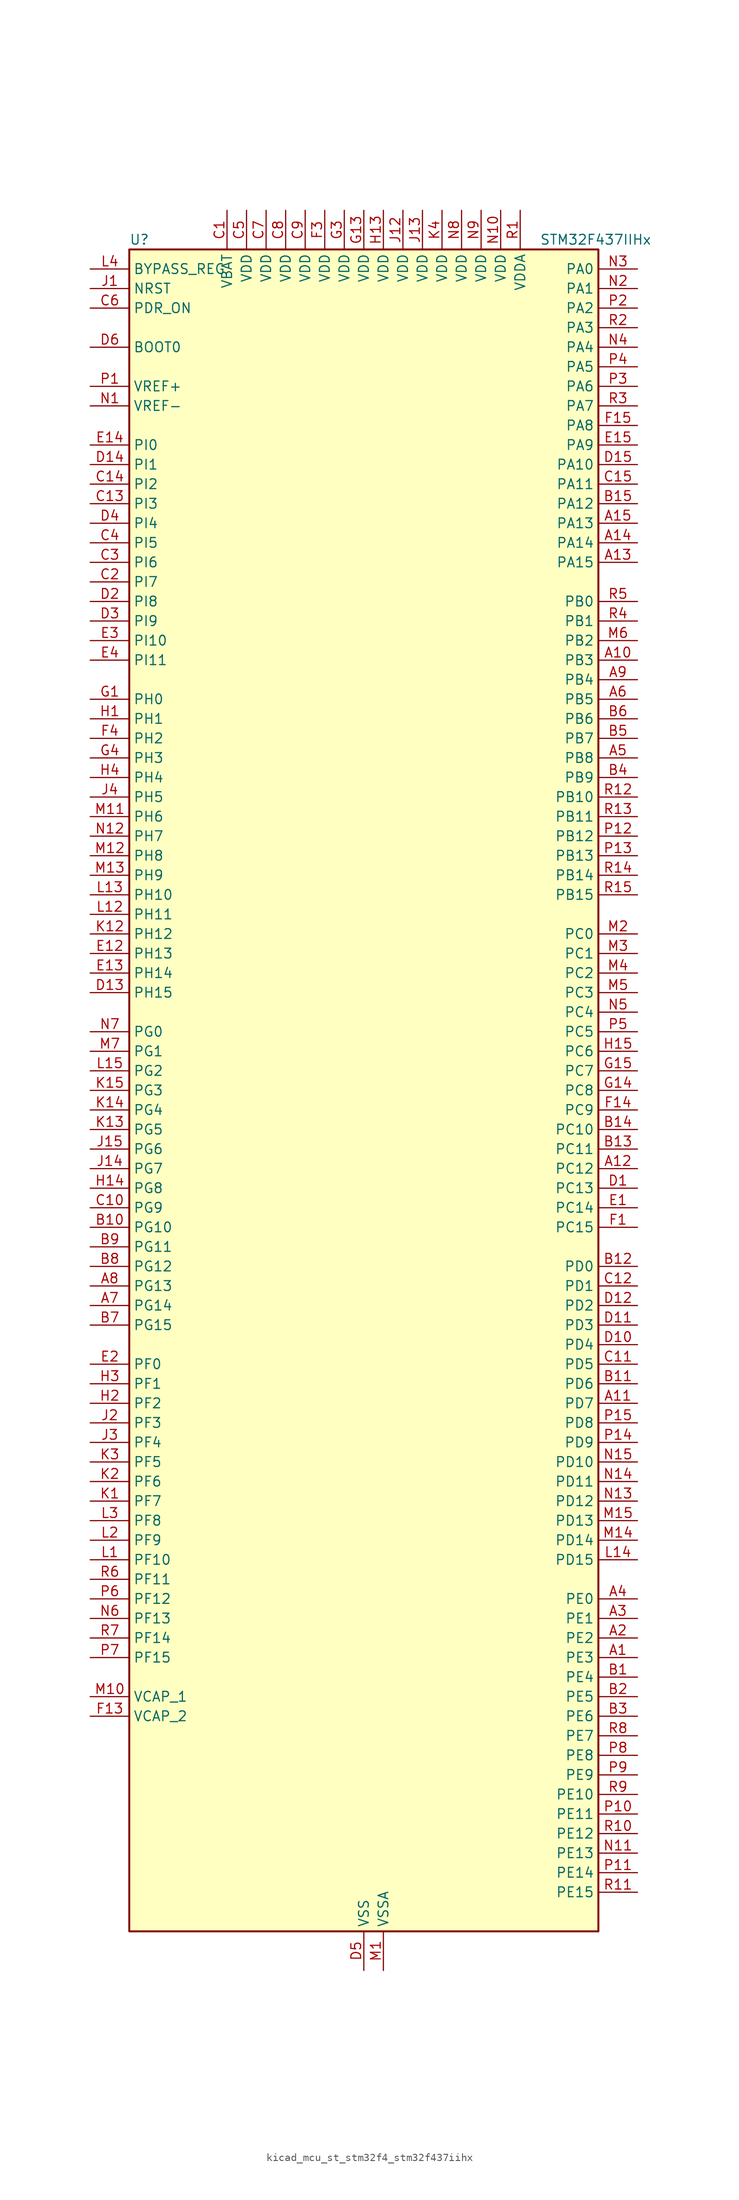
<source format=kicad_sym>
(kicad_symbol_lib
  (version 20220914)
  (generator kicad_symbol_editor)
  (symbol "kicad_mcu_st_stm32f4_stm32f437iihx"
    (property "Reference" "U"
      (at -30.48 110.49 0)
      (effects (font (size 1.27 1.27)) (justify left)))
    (property "Value" "STM32F437IIHx"
      (at 22.86 110.49 0)
      (effects (font (size 1.27 1.27)) (justify left)))
    (property "ki_locked" ""
      (at 0 0 0)
      (effects (font (size 1.27 1.27))))
    (symbol "kicad_mcu_st_stm32f4_stm32f437iihx_0_1"
      (rectangle (start -30.48 -109.22) (end 30.48 109.22) (stroke (width 0.254) (type default)) (fill (type background))))
    (symbol "kicad_mcu_st_stm32f4_stm32f437iihx_1_1"
      (pin bidirectional line (at 35.56 -73.66 180) (length 5.08) (name "PE3" (effects (font (size 1.27 1.27)))) (number "A1" (effects (font (size 1.27 1.27)))) (alternate "FMC_A19" bidirectional line) (alternate "SAI1_SD_B" bidirectional line) (alternate "SYS_TRACED0" bidirectional line))
      (pin bidirectional line (at 35.56 55.88 180) (length 5.08) (name "PB3" (effects (font (size 1.27 1.27)))) (number "A10" (effects (font (size 1.27 1.27)))) (alternate "I2S3_CK" bidirectional line) (alternate "SPI1_SCK" bidirectional line) (alternate "SPI3_SCK" bidirectional line) (alternate "SYS_JTDO-SWO" bidirectional line) (alternate "TIM2_CH2" bidirectional line))
      (pin bidirectional line (at 35.56 -40.64 180) (length 5.08) (name "PD7" (effects (font (size 1.27 1.27)))) (number "A11" (effects (font (size 1.27 1.27)))) (alternate "FMC_NCE2" bidirectional line) (alternate "FMC_NE1" bidirectional line) (alternate "USART2_CK" bidirectional line))
      (pin bidirectional line (at 35.56 -10.16 180) (length 5.08) (name "PC12" (effects (font (size 1.27 1.27)))) (number "A12" (effects (font (size 1.27 1.27)))) (alternate "DCMI_D9" bidirectional line) (alternate "I2S3_SD" bidirectional line) (alternate "SDIO_CK" bidirectional line) (alternate "SPI3_MOSI" bidirectional line) (alternate "UART5_TX" bidirectional line) (alternate "USART3_CK" bidirectional line))
      (pin bidirectional line (at 35.56 68.58 180) (length 5.08) (name "PA15" (effects (font (size 1.27 1.27)))) (number "A13" (effects (font (size 1.27 1.27)))) (alternate "ADC1_EXTI15" bidirectional line) (alternate "ADC2_EXTI15" bidirectional line) (alternate "ADC3_EXTI15" bidirectional line) (alternate "I2S3_WS" bidirectional line) (alternate "SPI1_NSS" bidirectional line) (alternate "SPI3_NSS" bidirectional line) (alternate "SYS_JTDI" bidirectional line) (alternate "TIM2_CH1" bidirectional line) (alternate "TIM2_ETR" bidirectional line))
      (pin bidirectional line (at 35.56 71.12 180) (length 5.08) (name "PA14" (effects (font (size 1.27 1.27)))) (number "A14" (effects (font (size 1.27 1.27)))) (alternate "SYS_JTCK-SWCLK" bidirectional line))
      (pin bidirectional line (at 35.56 73.66 180) (length 5.08) (name "PA13" (effects (font (size 1.27 1.27)))) (number "A15" (effects (font (size 1.27 1.27)))) (alternate "SYS_JTMS-SWDIO" bidirectional line))
      (pin bidirectional line (at 35.56 -71.12 180) (length 5.08) (name "PE2" (effects (font (size 1.27 1.27)))) (number "A2" (effects (font (size 1.27 1.27)))) (alternate "ETH_TXD3" bidirectional line) (alternate "FMC_A23" bidirectional line) (alternate "SAI1_MCLK_A" bidirectional line) (alternate "SPI4_SCK" bidirectional line) (alternate "SYS_TRACECLK" bidirectional line))
      (pin bidirectional line (at 35.56 -68.58 180) (length 5.08) (name "PE1" (effects (font (size 1.27 1.27)))) (number "A3" (effects (font (size 1.27 1.27)))) (alternate "DCMI_D3" bidirectional line) (alternate "FMC_NBL1" bidirectional line) (alternate "UART8_TX" bidirectional line))
      (pin bidirectional line (at 35.56 -66.04 180) (length 5.08) (name "PE0" (effects (font (size 1.27 1.27)))) (number "A4" (effects (font (size 1.27 1.27)))) (alternate "DCMI_D2" bidirectional line) (alternate "FMC_NBL0" bidirectional line) (alternate "TIM4_ETR" bidirectional line) (alternate "UART8_RX" bidirectional line))
      (pin bidirectional line (at 35.56 43.18 180) (length 5.08) (name "PB8" (effects (font (size 1.27 1.27)))) (number "A5" (effects (font (size 1.27 1.27)))) (alternate "CAN1_RX" bidirectional line) (alternate "DCMI_D6" bidirectional line) (alternate "ETH_TXD3" bidirectional line) (alternate "I2C1_SCL" bidirectional line) (alternate "SDIO_D4" bidirectional line) (alternate "TIM10_CH1" bidirectional line) (alternate "TIM4_CH3" bidirectional line))
      (pin bidirectional line (at 35.56 50.8 180) (length 5.08) (name "PB5" (effects (font (size 1.27 1.27)))) (number "A6" (effects (font (size 1.27 1.27)))) (alternate "CAN2_RX" bidirectional line) (alternate "DCMI_D10" bidirectional line) (alternate "ETH_PPS_OUT" bidirectional line) (alternate "FMC_SDCKE1" bidirectional line) (alternate "I2C1_SMBA" bidirectional line) (alternate "I2S3_SD" bidirectional line) (alternate "SPI1_MOSI" bidirectional line) (alternate "SPI3_MOSI" bidirectional line) (alternate "TIM3_CH2" bidirectional line) (alternate "USB_OTG_HS_ULPI_D7" bidirectional line))
      (pin bidirectional line (at -35.56 -27.94 0) (length 5.08) (name "PG14" (effects (font (size 1.27 1.27)))) (number "A7" (effects (font (size 1.27 1.27)))) (alternate "ETH_TXD1" bidirectional line) (alternate "FMC_A25" bidirectional line) (alternate "SPI6_MOSI" bidirectional line) (alternate "USART6_TX" bidirectional line))
      (pin bidirectional line (at -35.56 -25.4 0) (length 5.08) (name "PG13" (effects (font (size 1.27 1.27)))) (number "A8" (effects (font (size 1.27 1.27)))) (alternate "ETH_TXD0" bidirectional line) (alternate "FMC_A24" bidirectional line) (alternate "SPI6_SCK" bidirectional line) (alternate "USART6_CTS" bidirectional line))
      (pin bidirectional line (at 35.56 53.34 180) (length 5.08) (name "PB4" (effects (font (size 1.27 1.27)))) (number "A9" (effects (font (size 1.27 1.27)))) (alternate "I2S3_ext_SD" bidirectional line) (alternate "SPI1_MISO" bidirectional line) (alternate "SPI3_MISO" bidirectional line) (alternate "SYS_JTRST" bidirectional line) (alternate "TIM3_CH1" bidirectional line))
      (pin bidirectional line (at 35.56 -76.2 180) (length 5.08) (name "PE4" (effects (font (size 1.27 1.27)))) (number "B1" (effects (font (size 1.27 1.27)))) (alternate "DCMI_D4" bidirectional line) (alternate "FMC_A20" bidirectional line) (alternate "SAI1_FS_A" bidirectional line) (alternate "SPI4_NSS" bidirectional line) (alternate "SYS_TRACED1" bidirectional line))
      (pin bidirectional line (at -35.56 -17.78 0) (length 5.08) (name "PG10" (effects (font (size 1.27 1.27)))) (number "B10" (effects (font (size 1.27 1.27)))) (alternate "DCMI_D2" bidirectional line) (alternate "FMC_NCE4_1" bidirectional line) (alternate "FMC_NE3" bidirectional line))
      (pin bidirectional line (at 35.56 -38.1 180) (length 5.08) (name "PD6" (effects (font (size 1.27 1.27)))) (number "B11" (effects (font (size 1.27 1.27)))) (alternate "DCMI_D10" bidirectional line) (alternate "FMC_NWAIT" bidirectional line) (alternate "I2S3_SD" bidirectional line) (alternate "SAI1_SD_A" bidirectional line) (alternate "SPI3_MOSI" bidirectional line) (alternate "USART2_RX" bidirectional line))
      (pin bidirectional line (at 35.56 -22.86 180) (length 5.08) (name "PD0" (effects (font (size 1.27 1.27)))) (number "B12" (effects (font (size 1.27 1.27)))) (alternate "CAN1_RX" bidirectional line) (alternate "FMC_D2" bidirectional line) (alternate "FMC_DA2" bidirectional line))
      (pin bidirectional line (at 35.56 -7.62 180) (length 5.08) (name "PC11" (effects (font (size 1.27 1.27)))) (number "B13" (effects (font (size 1.27 1.27)))) (alternate "ADC1_EXTI11" bidirectional line) (alternate "ADC2_EXTI11" bidirectional line) (alternate "ADC3_EXTI11" bidirectional line) (alternate "DCMI_D4" bidirectional line) (alternate "I2S3_ext_SD" bidirectional line) (alternate "SDIO_D3" bidirectional line) (alternate "SPI3_MISO" bidirectional line) (alternate "UART4_RX" bidirectional line) (alternate "USART3_RX" bidirectional line))
      (pin bidirectional line (at 35.56 -5.08 180) (length 5.08) (name "PC10" (effects (font (size 1.27 1.27)))) (number "B14" (effects (font (size 1.27 1.27)))) (alternate "DCMI_D8" bidirectional line) (alternate "I2S3_CK" bidirectional line) (alternate "SDIO_D2" bidirectional line) (alternate "SPI3_SCK" bidirectional line) (alternate "UART4_TX" bidirectional line) (alternate "USART3_TX" bidirectional line))
      (pin bidirectional line (at 35.56 76.2 180) (length 5.08) (name "PA12" (effects (font (size 1.27 1.27)))) (number "B15" (effects (font (size 1.27 1.27)))) (alternate "CAN1_TX" bidirectional line) (alternate "TIM1_ETR" bidirectional line) (alternate "USART1_RTS" bidirectional line) (alternate "USB_OTG_FS_DP" bidirectional line))
      (pin bidirectional line (at 35.56 -78.74 180) (length 5.08) (name "PE5" (effects (font (size 1.27 1.27)))) (number "B2" (effects (font (size 1.27 1.27)))) (alternate "DCMI_D6" bidirectional line) (alternate "FMC_A21" bidirectional line) (alternate "SAI1_SCK_A" bidirectional line) (alternate "SPI4_MISO" bidirectional line) (alternate "SYS_TRACED2" bidirectional line) (alternate "TIM9_CH1" bidirectional line))
      (pin bidirectional line (at 35.56 -81.28 180) (length 5.08) (name "PE6" (effects (font (size 1.27 1.27)))) (number "B3" (effects (font (size 1.27 1.27)))) (alternate "DCMI_D7" bidirectional line) (alternate "FMC_A22" bidirectional line) (alternate "SAI1_SD_A" bidirectional line) (alternate "SPI4_MOSI" bidirectional line) (alternate "SYS_TRACED3" bidirectional line) (alternate "TIM9_CH2" bidirectional line))
      (pin bidirectional line (at 35.56 40.64 180) (length 5.08) (name "PB9" (effects (font (size 1.27 1.27)))) (number "B4" (effects (font (size 1.27 1.27)))) (alternate "CAN1_TX" bidirectional line) (alternate "DAC_EXTI9" bidirectional line) (alternate "DCMI_D7" bidirectional line) (alternate "I2C1_SDA" bidirectional line) (alternate "I2S2_WS" bidirectional line) (alternate "SDIO_D5" bidirectional line) (alternate "SPI2_NSS" bidirectional line) (alternate "TIM11_CH1" bidirectional line) (alternate "TIM4_CH4" bidirectional line))
      (pin bidirectional line (at 35.56 45.72 180) (length 5.08) (name "PB7" (effects (font (size 1.27 1.27)))) (number "B5" (effects (font (size 1.27 1.27)))) (alternate "DCMI_VSYNC" bidirectional line) (alternate "FMC_NL" bidirectional line) (alternate "I2C1_SDA" bidirectional line) (alternate "TIM4_CH2" bidirectional line) (alternate "USART1_RX" bidirectional line))
      (pin bidirectional line (at 35.56 48.26 180) (length 5.08) (name "PB6" (effects (font (size 1.27 1.27)))) (number "B6" (effects (font (size 1.27 1.27)))) (alternate "CAN2_TX" bidirectional line) (alternate "DCMI_D5" bidirectional line) (alternate "FMC_SDNE1" bidirectional line) (alternate "I2C1_SCL" bidirectional line) (alternate "TIM4_CH1" bidirectional line) (alternate "USART1_TX" bidirectional line))
      (pin bidirectional line (at -35.56 -30.48 0) (length 5.08) (name "PG15" (effects (font (size 1.27 1.27)))) (number "B7" (effects (font (size 1.27 1.27)))) (alternate "ADC1_EXTI15" bidirectional line) (alternate "ADC2_EXTI15" bidirectional line) (alternate "ADC3_EXTI15" bidirectional line) (alternate "DCMI_D13" bidirectional line) (alternate "FMC_SDNCAS" bidirectional line) (alternate "USART6_CTS" bidirectional line))
      (pin bidirectional line (at -35.56 -22.86 0) (length 5.08) (name "PG12" (effects (font (size 1.27 1.27)))) (number "B8" (effects (font (size 1.27 1.27)))) (alternate "FMC_NE4" bidirectional line) (alternate "SPI6_MISO" bidirectional line) (alternate "USART6_RTS" bidirectional line))
      (pin bidirectional line (at -35.56 -20.32 0) (length 5.08) (name "PG11" (effects (font (size 1.27 1.27)))) (number "B9" (effects (font (size 1.27 1.27)))) (alternate "ADC1_EXTI11" bidirectional line) (alternate "ADC2_EXTI11" bidirectional line) (alternate "ADC3_EXTI11" bidirectional line) (alternate "DCMI_D3" bidirectional line) (alternate "ETH_TX_EN" bidirectional line) (alternate "FMC_NCE4_2" bidirectional line))
      (pin power_in line (at -17.78 114.3 270) (length 5.08) (name "VBAT" (effects (font (size 1.27 1.27)))) (number "C1" (effects (font (size 1.27 1.27)))))
      (pin bidirectional line (at -35.56 -15.24 0) (length 5.08) (name "PG9" (effects (font (size 1.27 1.27)))) (number "C10" (effects (font (size 1.27 1.27)))) (alternate "DAC_EXTI9" bidirectional line) (alternate "DCMI_VSYNC" bidirectional line) (alternate "FMC_NCE3" bidirectional line) (alternate "FMC_NE2" bidirectional line) (alternate "USART6_RX" bidirectional line))
      (pin bidirectional line (at 35.56 -35.56 180) (length 5.08) (name "PD5" (effects (font (size 1.27 1.27)))) (number "C11" (effects (font (size 1.27 1.27)))) (alternate "FMC_NWE" bidirectional line) (alternate "USART2_TX" bidirectional line))
      (pin bidirectional line (at 35.56 -25.4 180) (length 5.08) (name "PD1" (effects (font (size 1.27 1.27)))) (number "C12" (effects (font (size 1.27 1.27)))) (alternate "CAN1_TX" bidirectional line) (alternate "FMC_D3" bidirectional line) (alternate "FMC_DA3" bidirectional line))
      (pin bidirectional line (at -35.56 76.2 0) (length 5.08) (name "PI3" (effects (font (size 1.27 1.27)))) (number "C13" (effects (font (size 1.27 1.27)))) (alternate "DCMI_D10" bidirectional line) (alternate "FMC_D27" bidirectional line) (alternate "I2S2_SD" bidirectional line) (alternate "SPI2_MOSI" bidirectional line) (alternate "TIM8_ETR" bidirectional line))
      (pin bidirectional line (at -35.56 78.74 0) (length 5.08) (name "PI2" (effects (font (size 1.27 1.27)))) (number "C14" (effects (font (size 1.27 1.27)))) (alternate "DCMI_D9" bidirectional line) (alternate "FMC_D26" bidirectional line) (alternate "I2S2_ext_SD" bidirectional line) (alternate "SPI2_MISO" bidirectional line) (alternate "TIM8_CH4" bidirectional line))
      (pin bidirectional line (at 35.56 78.74 180) (length 5.08) (name "PA11" (effects (font (size 1.27 1.27)))) (number "C15" (effects (font (size 1.27 1.27)))) (alternate "ADC1_EXTI11" bidirectional line) (alternate "ADC2_EXTI11" bidirectional line) (alternate "ADC3_EXTI11" bidirectional line) (alternate "CAN1_RX" bidirectional line) (alternate "TIM1_CH4" bidirectional line) (alternate "USART1_CTS" bidirectional line) (alternate "USB_OTG_FS_DM" bidirectional line))
      (pin bidirectional line (at -35.56 66.04 0) (length 5.08) (name "PI7" (effects (font (size 1.27 1.27)))) (number "C2" (effects (font (size 1.27 1.27)))) (alternate "DCMI_D7" bidirectional line) (alternate "FMC_D29" bidirectional line) (alternate "TIM8_CH3" bidirectional line))
      (pin bidirectional line (at -35.56 68.58 0) (length 5.08) (name "PI6" (effects (font (size 1.27 1.27)))) (number "C3" (effects (font (size 1.27 1.27)))) (alternate "DCMI_D6" bidirectional line) (alternate "FMC_D28" bidirectional line) (alternate "TIM8_CH2" bidirectional line))
      (pin bidirectional line (at -35.56 71.12 0) (length 5.08) (name "PI5" (effects (font (size 1.27 1.27)))) (number "C4" (effects (font (size 1.27 1.27)))) (alternate "DCMI_VSYNC" bidirectional line) (alternate "FMC_NBL3" bidirectional line) (alternate "TIM8_CH1" bidirectional line))
      (pin power_in line (at -15.24 114.3 270) (length 5.08) (name "VDD" (effects (font (size 1.27 1.27)))) (number "C5" (effects (font (size 1.27 1.27)))))
      (pin input line (at -35.56 101.6 0) (length 5.08) (name "PDR_ON" (effects (font (size 1.27 1.27)))) (number "C6" (effects (font (size 1.27 1.27)))))
      (pin power_in line (at -12.7 114.3 270) (length 5.08) (name "VDD" (effects (font (size 1.27 1.27)))) (number "C7" (effects (font (size 1.27 1.27)))))
      (pin power_in line (at -10.16 114.3 270) (length 5.08) (name "VDD" (effects (font (size 1.27 1.27)))) (number "C8" (effects (font (size 1.27 1.27)))))
      (pin power_in line (at -7.62 114.3 270) (length 5.08) (name "VDD" (effects (font (size 1.27 1.27)))) (number "C9" (effects (font (size 1.27 1.27)))))
      (pin bidirectional line (at 35.56 -12.7 180) (length 5.08) (name "PC13" (effects (font (size 1.27 1.27)))) (number "D1" (effects (font (size 1.27 1.27)))) (alternate "RTC_AF1" bidirectional line))
      (pin bidirectional line (at 35.56 -33.02 180) (length 5.08) (name "PD4" (effects (font (size 1.27 1.27)))) (number "D10" (effects (font (size 1.27 1.27)))) (alternate "FMC_NOE" bidirectional line) (alternate "USART2_RTS" bidirectional line))
      (pin bidirectional line (at 35.56 -30.48 180) (length 5.08) (name "PD3" (effects (font (size 1.27 1.27)))) (number "D11" (effects (font (size 1.27 1.27)))) (alternate "DCMI_D5" bidirectional line) (alternate "FMC_CLK" bidirectional line) (alternate "I2S2_CK" bidirectional line) (alternate "SPI2_SCK" bidirectional line) (alternate "USART2_CTS" bidirectional line))
      (pin bidirectional line (at 35.56 -27.94 180) (length 5.08) (name "PD2" (effects (font (size 1.27 1.27)))) (number "D12" (effects (font (size 1.27 1.27)))) (alternate "DCMI_D11" bidirectional line) (alternate "SDIO_CMD" bidirectional line) (alternate "TIM3_ETR" bidirectional line) (alternate "UART5_RX" bidirectional line))
      (pin bidirectional line (at -35.56 12.7 0) (length 5.08) (name "PH15" (effects (font (size 1.27 1.27)))) (number "D13" (effects (font (size 1.27 1.27)))) (alternate "ADC1_EXTI15" bidirectional line) (alternate "ADC2_EXTI15" bidirectional line) (alternate "ADC3_EXTI15" bidirectional line) (alternate "DCMI_D11" bidirectional line) (alternate "FMC_D23" bidirectional line) (alternate "TIM8_CH3N" bidirectional line))
      (pin bidirectional line (at -35.56 81.28 0) (length 5.08) (name "PI1" (effects (font (size 1.27 1.27)))) (number "D14" (effects (font (size 1.27 1.27)))) (alternate "DCMI_D8" bidirectional line) (alternate "FMC_D25" bidirectional line) (alternate "I2S2_CK" bidirectional line) (alternate "SPI2_SCK" bidirectional line))
      (pin bidirectional line (at 35.56 81.28 180) (length 5.08) (name "PA10" (effects (font (size 1.27 1.27)))) (number "D15" (effects (font (size 1.27 1.27)))) (alternate "DCMI_D1" bidirectional line) (alternate "TIM1_CH3" bidirectional line) (alternate "USART1_RX" bidirectional line) (alternate "USB_OTG_FS_ID" bidirectional line))
      (pin bidirectional line (at -35.56 63.5 0) (length 5.08) (name "PI8" (effects (font (size 1.27 1.27)))) (number "D2" (effects (font (size 1.27 1.27)))) (alternate "RTC_AF2" bidirectional line))
      (pin bidirectional line (at -35.56 60.96 0) (length 5.08) (name "PI9" (effects (font (size 1.27 1.27)))) (number "D3" (effects (font (size 1.27 1.27)))) (alternate "CAN1_RX" bidirectional line) (alternate "DAC_EXTI9" bidirectional line) (alternate "FMC_D30" bidirectional line))
      (pin bidirectional line (at -35.56 73.66 0) (length 5.08) (name "PI4" (effects (font (size 1.27 1.27)))) (number "D4" (effects (font (size 1.27 1.27)))) (alternate "DCMI_D5" bidirectional line) (alternate "FMC_NBL2" bidirectional line) (alternate "TIM8_BKIN" bidirectional line))
      (pin power_in line (at 0 -114.3 90) (length 5.08) (name "VSS" (effects (font (size 1.27 1.27)))) (number "D5" (effects (font (size 1.27 1.27)))))
      (pin input line (at -35.56 96.52 0) (length 5.08) (name "BOOT0" (effects (font (size 1.27 1.27)))) (number "D6" (effects (font (size 1.27 1.27)))))
      (pin passive line (at 0 -114.3 90) (length 5.08) hide (name "VSS" (effects (font (size 1.27 1.27)))) (number "D7" (effects (font (size 1.27 1.27)))))
      (pin passive line (at 0 -114.3 90) (length 5.08) hide (name "VSS" (effects (font (size 1.27 1.27)))) (number "D8" (effects (font (size 1.27 1.27)))))
      (pin passive line (at 0 -114.3 90) (length 5.08) hide (name "VSS" (effects (font (size 1.27 1.27)))) (number "D9" (effects (font (size 1.27 1.27)))))
      (pin bidirectional line (at 35.56 -15.24 180) (length 5.08) (name "PC14" (effects (font (size 1.27 1.27)))) (number "E1" (effects (font (size 1.27 1.27)))) (alternate "RCC_OSC32_IN" bidirectional line))
      (pin bidirectional line (at -35.56 17.78 0) (length 5.08) (name "PH13" (effects (font (size 1.27 1.27)))) (number "E12" (effects (font (size 1.27 1.27)))) (alternate "CAN1_TX" bidirectional line) (alternate "FMC_D21" bidirectional line) (alternate "TIM8_CH1N" bidirectional line))
      (pin bidirectional line (at -35.56 15.24 0) (length 5.08) (name "PH14" (effects (font (size 1.27 1.27)))) (number "E13" (effects (font (size 1.27 1.27)))) (alternate "DCMI_D4" bidirectional line) (alternate "FMC_D22" bidirectional line) (alternate "TIM8_CH2N" bidirectional line))
      (pin bidirectional line (at -35.56 83.82 0) (length 5.08) (name "PI0" (effects (font (size 1.27 1.27)))) (number "E14" (effects (font (size 1.27 1.27)))) (alternate "DCMI_D13" bidirectional line) (alternate "FMC_D24" bidirectional line) (alternate "I2S2_WS" bidirectional line) (alternate "SPI2_NSS" bidirectional line) (alternate "TIM5_CH4" bidirectional line))
      (pin bidirectional line (at 35.56 83.82 180) (length 5.08) (name "PA9" (effects (font (size 1.27 1.27)))) (number "E15" (effects (font (size 1.27 1.27)))) (alternate "DAC_EXTI9" bidirectional line) (alternate "DCMI_D0" bidirectional line) (alternate "I2C3_SMBA" bidirectional line) (alternate "TIM1_CH2" bidirectional line) (alternate "USART1_TX" bidirectional line) (alternate "USB_OTG_FS_VBUS" bidirectional line))
      (pin bidirectional line (at -35.56 -35.56 0) (length 5.08) (name "PF0" (effects (font (size 1.27 1.27)))) (number "E2" (effects (font (size 1.27 1.27)))) (alternate "FMC_A0" bidirectional line) (alternate "I2C2_SDA" bidirectional line))
      (pin bidirectional line (at -35.56 58.42 0) (length 5.08) (name "PI10" (effects (font (size 1.27 1.27)))) (number "E3" (effects (font (size 1.27 1.27)))) (alternate "ETH_RX_ER" bidirectional line) (alternate "FMC_D31" bidirectional line))
      (pin bidirectional line (at -35.56 55.88 0) (length 5.08) (name "PI11" (effects (font (size 1.27 1.27)))) (number "E4" (effects (font (size 1.27 1.27)))) (alternate "ADC1_EXTI11" bidirectional line) (alternate "ADC2_EXTI11" bidirectional line) (alternate "ADC3_EXTI11" bidirectional line) (alternate "USB_OTG_HS_ULPI_DIR" bidirectional line))
      (pin bidirectional line (at 35.56 -17.78 180) (length 5.08) (name "PC15" (effects (font (size 1.27 1.27)))) (number "F1" (effects (font (size 1.27 1.27)))) (alternate "ADC1_EXTI15" bidirectional line) (alternate "ADC2_EXTI15" bidirectional line) (alternate "ADC3_EXTI15" bidirectional line) (alternate "RCC_OSC32_OUT" bidirectional line))
      (pin passive line (at 0 -114.3 90) (length 5.08) hide (name "VSS" (effects (font (size 1.27 1.27)))) (number "F10" (effects (font (size 1.27 1.27)))))
      (pin passive line (at 0 -114.3 90) (length 5.08) hide (name "VSS" (effects (font (size 1.27 1.27)))) (number "F12" (effects (font (size 1.27 1.27)))))
      (pin power_out line (at -35.56 -81.28 0) (length 5.08) (name "VCAP_2" (effects (font (size 1.27 1.27)))) (number "F13" (effects (font (size 1.27 1.27)))))
      (pin bidirectional line (at 35.56 -2.54 180) (length 5.08) (name "PC9" (effects (font (size 1.27 1.27)))) (number "F14" (effects (font (size 1.27 1.27)))) (alternate "DAC_EXTI9" bidirectional line) (alternate "DCMI_D3" bidirectional line) (alternate "I2C3_SDA" bidirectional line) (alternate "I2S_CKIN" bidirectional line) (alternate "RCC_MCO_2" bidirectional line) (alternate "SDIO_D1" bidirectional line) (alternate "TIM3_CH4" bidirectional line) (alternate "TIM8_CH4" bidirectional line))
      (pin bidirectional line (at 35.56 86.36 180) (length 5.08) (name "PA8" (effects (font (size 1.27 1.27)))) (number "F15" (effects (font (size 1.27 1.27)))) (alternate "I2C3_SCL" bidirectional line) (alternate "RCC_MCO_1" bidirectional line) (alternate "TIM1_CH1" bidirectional line) (alternate "USART1_CK" bidirectional line) (alternate "USB_OTG_FS_SOF" bidirectional line))
      (pin passive line (at 0 -114.3 90) (length 5.08) hide (name "VSS" (effects (font (size 1.27 1.27)))) (number "F2" (effects (font (size 1.27 1.27)))))
      (pin power_in line (at -5.08 114.3 270) (length 5.08) (name "VDD" (effects (font (size 1.27 1.27)))) (number "F3" (effects (font (size 1.27 1.27)))))
      (pin bidirectional line (at -35.56 45.72 0) (length 5.08) (name "PH2" (effects (font (size 1.27 1.27)))) (number "F4" (effects (font (size 1.27 1.27)))) (alternate "ETH_CRS" bidirectional line) (alternate "FMC_SDCKE0" bidirectional line))
      (pin passive line (at 0 -114.3 90) (length 5.08) hide (name "VSS" (effects (font (size 1.27 1.27)))) (number "F6" (effects (font (size 1.27 1.27)))))
      (pin passive line (at 0 -114.3 90) (length 5.08) hide (name "VSS" (effects (font (size 1.27 1.27)))) (number "F7" (effects (font (size 1.27 1.27)))))
      (pin passive line (at 0 -114.3 90) (length 5.08) hide (name "VSS" (effects (font (size 1.27 1.27)))) (number "F8" (effects (font (size 1.27 1.27)))))
      (pin passive line (at 0 -114.3 90) (length 5.08) hide (name "VSS" (effects (font (size 1.27 1.27)))) (number "F9" (effects (font (size 1.27 1.27)))))
      (pin bidirectional line (at -35.56 50.8 0) (length 5.08) (name "PH0" (effects (font (size 1.27 1.27)))) (number "G1" (effects (font (size 1.27 1.27)))) (alternate "RCC_OSC_IN" bidirectional line))
      (pin passive line (at 0 -114.3 90) (length 5.08) hide (name "VSS" (effects (font (size 1.27 1.27)))) (number "G10" (effects (font (size 1.27 1.27)))))
      (pin passive line (at 0 -114.3 90) (length 5.08) hide (name "VSS" (effects (font (size 1.27 1.27)))) (number "G12" (effects (font (size 1.27 1.27)))))
      (pin power_in line (at 0 114.3 270) (length 5.08) (name "VDD" (effects (font (size 1.27 1.27)))) (number "G13" (effects (font (size 1.27 1.27)))))
      (pin bidirectional line (at 35.56 0 180) (length 5.08) (name "PC8" (effects (font (size 1.27 1.27)))) (number "G14" (effects (font (size 1.27 1.27)))) (alternate "DCMI_D2" bidirectional line) (alternate "SDIO_D0" bidirectional line) (alternate "TIM3_CH3" bidirectional line) (alternate "TIM8_CH3" bidirectional line) (alternate "USART6_CK" bidirectional line))
      (pin bidirectional line (at 35.56 2.54 180) (length 5.08) (name "PC7" (effects (font (size 1.27 1.27)))) (number "G15" (effects (font (size 1.27 1.27)))) (alternate "DCMI_D1" bidirectional line) (alternate "I2S3_MCK" bidirectional line) (alternate "SDIO_D7" bidirectional line) (alternate "TIM3_CH2" bidirectional line) (alternate "TIM8_CH2" bidirectional line) (alternate "USART6_RX" bidirectional line))
      (pin passive line (at 0 -114.3 90) (length 5.08) hide (name "VSS" (effects (font (size 1.27 1.27)))) (number "G2" (effects (font (size 1.27 1.27)))))
      (pin power_in line (at -2.54 114.3 270) (length 5.08) (name "VDD" (effects (font (size 1.27 1.27)))) (number "G3" (effects (font (size 1.27 1.27)))))
      (pin bidirectional line (at -35.56 43.18 0) (length 5.08) (name "PH3" (effects (font (size 1.27 1.27)))) (number "G4" (effects (font (size 1.27 1.27)))) (alternate "ETH_COL" bidirectional line) (alternate "FMC_SDNE0" bidirectional line))
      (pin passive line (at 0 -114.3 90) (length 5.08) hide (name "VSS" (effects (font (size 1.27 1.27)))) (number "G6" (effects (font (size 1.27 1.27)))))
      (pin passive line (at 0 -114.3 90) (length 5.08) hide (name "VSS" (effects (font (size 1.27 1.27)))) (number "G7" (effects (font (size 1.27 1.27)))))
      (pin passive line (at 0 -114.3 90) (length 5.08) hide (name "VSS" (effects (font (size 1.27 1.27)))) (number "G8" (effects (font (size 1.27 1.27)))))
      (pin passive line (at 0 -114.3 90) (length 5.08) hide (name "VSS" (effects (font (size 1.27 1.27)))) (number "G9" (effects (font (size 1.27 1.27)))))
      (pin bidirectional line (at -35.56 48.26 0) (length 5.08) (name "PH1" (effects (font (size 1.27 1.27)))) (number "H1" (effects (font (size 1.27 1.27)))) (alternate "RCC_OSC_OUT" bidirectional line))
      (pin passive line (at 0 -114.3 90) (length 5.08) hide (name "VSS" (effects (font (size 1.27 1.27)))) (number "H10" (effects (font (size 1.27 1.27)))))
      (pin passive line (at 0 -114.3 90) (length 5.08) hide (name "VSS" (effects (font (size 1.27 1.27)))) (number "H12" (effects (font (size 1.27 1.27)))))
      (pin power_in line (at 2.54 114.3 270) (length 5.08) (name "VDD" (effects (font (size 1.27 1.27)))) (number "H13" (effects (font (size 1.27 1.27)))))
      (pin bidirectional line (at -35.56 -12.7 0) (length 5.08) (name "PG8" (effects (font (size 1.27 1.27)))) (number "H14" (effects (font (size 1.27 1.27)))) (alternate "ETH_PPS_OUT" bidirectional line) (alternate "FMC_SDCLK" bidirectional line) (alternate "SPI6_NSS" bidirectional line) (alternate "USART6_RTS" bidirectional line))
      (pin bidirectional line (at 35.56 5.08 180) (length 5.08) (name "PC6" (effects (font (size 1.27 1.27)))) (number "H15" (effects (font (size 1.27 1.27)))) (alternate "DCMI_D0" bidirectional line) (alternate "I2S2_MCK" bidirectional line) (alternate "SDIO_D6" bidirectional line) (alternate "TIM3_CH1" bidirectional line) (alternate "TIM8_CH1" bidirectional line) (alternate "USART6_TX" bidirectional line))
      (pin bidirectional line (at -35.56 -40.64 0) (length 5.08) (name "PF2" (effects (font (size 1.27 1.27)))) (number "H2" (effects (font (size 1.27 1.27)))) (alternate "FMC_A2" bidirectional line) (alternate "I2C2_SMBA" bidirectional line))
      (pin bidirectional line (at -35.56 -38.1 0) (length 5.08) (name "PF1" (effects (font (size 1.27 1.27)))) (number "H3" (effects (font (size 1.27 1.27)))) (alternate "FMC_A1" bidirectional line) (alternate "I2C2_SCL" bidirectional line))
      (pin bidirectional line (at -35.56 40.64 0) (length 5.08) (name "PH4" (effects (font (size 1.27 1.27)))) (number "H4" (effects (font (size 1.27 1.27)))) (alternate "I2C2_SCL" bidirectional line) (alternate "USB_OTG_HS_ULPI_NXT" bidirectional line))
      (pin passive line (at 0 -114.3 90) (length 5.08) hide (name "VSS" (effects (font (size 1.27 1.27)))) (number "H6" (effects (font (size 1.27 1.27)))))
      (pin passive line (at 0 -114.3 90) (length 5.08) hide (name "VSS" (effects (font (size 1.27 1.27)))) (number "H7" (effects (font (size 1.27 1.27)))))
      (pin passive line (at 0 -114.3 90) (length 5.08) hide (name "VSS" (effects (font (size 1.27 1.27)))) (number "H8" (effects (font (size 1.27 1.27)))))
      (pin passive line (at 0 -114.3 90) (length 5.08) hide (name "VSS" (effects (font (size 1.27 1.27)))) (number "H9" (effects (font (size 1.27 1.27)))))
      (pin input line (at -35.56 104.14 0) (length 5.08) (name "NRST" (effects (font (size 1.27 1.27)))) (number "J1" (effects (font (size 1.27 1.27)))))
      (pin passive line (at 0 -114.3 90) (length 5.08) hide (name "VSS" (effects (font (size 1.27 1.27)))) (number "J10" (effects (font (size 1.27 1.27)))))
      (pin power_in line (at 5.08 114.3 270) (length 5.08) (name "VDD" (effects (font (size 1.27 1.27)))) (number "J12" (effects (font (size 1.27 1.27)))))
      (pin power_in line (at 7.62 114.3 270) (length 5.08) (name "VDD" (effects (font (size 1.27 1.27)))) (number "J13" (effects (font (size 1.27 1.27)))))
      (pin bidirectional line (at -35.56 -10.16 0) (length 5.08) (name "PG7" (effects (font (size 1.27 1.27)))) (number "J14" (effects (font (size 1.27 1.27)))) (alternate "DCMI_D13" bidirectional line) (alternate "FMC_INT3" bidirectional line) (alternate "USART6_CK" bidirectional line))
      (pin bidirectional line (at -35.56 -7.62 0) (length 5.08) (name "PG6" (effects (font (size 1.27 1.27)))) (number "J15" (effects (font (size 1.27 1.27)))) (alternate "DCMI_D12" bidirectional line) (alternate "FMC_INT2" bidirectional line))
      (pin bidirectional line (at -35.56 -43.18 0) (length 5.08) (name "PF3" (effects (font (size 1.27 1.27)))) (number "J2" (effects (font (size 1.27 1.27)))) (alternate "ADC3_IN9" bidirectional line) (alternate "FMC_A3" bidirectional line))
      (pin bidirectional line (at -35.56 -45.72 0) (length 5.08) (name "PF4" (effects (font (size 1.27 1.27)))) (number "J3" (effects (font (size 1.27 1.27)))) (alternate "ADC3_IN14" bidirectional line) (alternate "FMC_A4" bidirectional line))
      (pin bidirectional line (at -35.56 38.1 0) (length 5.08) (name "PH5" (effects (font (size 1.27 1.27)))) (number "J4" (effects (font (size 1.27 1.27)))) (alternate "FMC_SDNWE" bidirectional line) (alternate "I2C2_SDA" bidirectional line) (alternate "SPI5_NSS" bidirectional line))
      (pin passive line (at 0 -114.3 90) (length 5.08) hide (name "VSS" (effects (font (size 1.27 1.27)))) (number "J6" (effects (font (size 1.27 1.27)))))
      (pin passive line (at 0 -114.3 90) (length 5.08) hide (name "VSS" (effects (font (size 1.27 1.27)))) (number "J7" (effects (font (size 1.27 1.27)))))
      (pin passive line (at 0 -114.3 90) (length 5.08) hide (name "VSS" (effects (font (size 1.27 1.27)))) (number "J8" (effects (font (size 1.27 1.27)))))
      (pin passive line (at 0 -114.3 90) (length 5.08) hide (name "VSS" (effects (font (size 1.27 1.27)))) (number "J9" (effects (font (size 1.27 1.27)))))
      (pin bidirectional line (at -35.56 -53.34 0) (length 5.08) (name "PF7" (effects (font (size 1.27 1.27)))) (number "K1" (effects (font (size 1.27 1.27)))) (alternate "ADC3_IN5" bidirectional line) (alternate "FMC_NREG" bidirectional line) (alternate "SAI1_MCLK_B" bidirectional line) (alternate "SPI5_SCK" bidirectional line) (alternate "TIM11_CH1" bidirectional line) (alternate "UART7_TX" bidirectional line))
      (pin passive line (at 0 -114.3 90) (length 5.08) hide (name "VSS" (effects (font (size 1.27 1.27)))) (number "K10" (effects (font (size 1.27 1.27)))))
      (pin bidirectional line (at -35.56 20.32 0) (length 5.08) (name "PH12" (effects (font (size 1.27 1.27)))) (number "K12" (effects (font (size 1.27 1.27)))) (alternate "DCMI_D3" bidirectional line) (alternate "FMC_D20" bidirectional line) (alternate "TIM5_CH3" bidirectional line))
      (pin bidirectional line (at -35.56 -5.08 0) (length 5.08) (name "PG5" (effects (font (size 1.27 1.27)))) (number "K13" (effects (font (size 1.27 1.27)))) (alternate "FMC_A15" bidirectional line) (alternate "FMC_BA1" bidirectional line))
      (pin bidirectional line (at -35.56 -2.54 0) (length 5.08) (name "PG4" (effects (font (size 1.27 1.27)))) (number "K14" (effects (font (size 1.27 1.27)))) (alternate "FMC_A14" bidirectional line) (alternate "FMC_BA0" bidirectional line))
      (pin bidirectional line (at -35.56 0 0) (length 5.08) (name "PG3" (effects (font (size 1.27 1.27)))) (number "K15" (effects (font (size 1.27 1.27)))) (alternate "FMC_A13" bidirectional line))
      (pin bidirectional line (at -35.56 -50.8 0) (length 5.08) (name "PF6" (effects (font (size 1.27 1.27)))) (number "K2" (effects (font (size 1.27 1.27)))) (alternate "ADC3_IN4" bidirectional line) (alternate "FMC_NIORD" bidirectional line) (alternate "SAI1_SD_B" bidirectional line) (alternate "SPI5_NSS" bidirectional line) (alternate "TIM10_CH1" bidirectional line) (alternate "UART7_RX" bidirectional line))
      (pin bidirectional line (at -35.56 -48.26 0) (length 5.08) (name "PF5" (effects (font (size 1.27 1.27)))) (number "K3" (effects (font (size 1.27 1.27)))) (alternate "ADC3_IN15" bidirectional line) (alternate "FMC_A5" bidirectional line))
      (pin power_in line (at 10.16 114.3 270) (length 5.08) (name "VDD" (effects (font (size 1.27 1.27)))) (number "K4" (effects (font (size 1.27 1.27)))))
      (pin passive line (at 0 -114.3 90) (length 5.08) hide (name "VSS" (effects (font (size 1.27 1.27)))) (number "K6" (effects (font (size 1.27 1.27)))))
      (pin passive line (at 0 -114.3 90) (length 5.08) hide (name "VSS" (effects (font (size 1.27 1.27)))) (number "K7" (effects (font (size 1.27 1.27)))))
      (pin passive line (at 0 -114.3 90) (length 5.08) hide (name "VSS" (effects (font (size 1.27 1.27)))) (number "K8" (effects (font (size 1.27 1.27)))))
      (pin passive line (at 0 -114.3 90) (length 5.08) hide (name "VSS" (effects (font (size 1.27 1.27)))) (number "K9" (effects (font (size 1.27 1.27)))))
      (pin bidirectional line (at -35.56 -60.96 0) (length 5.08) (name "PF10" (effects (font (size 1.27 1.27)))) (number "L1" (effects (font (size 1.27 1.27)))) (alternate "ADC3_IN8" bidirectional line) (alternate "DCMI_D11" bidirectional line) (alternate "FMC_INTR" bidirectional line))
      (pin bidirectional line (at -35.56 22.86 0) (length 5.08) (name "PH11" (effects (font (size 1.27 1.27)))) (number "L12" (effects (font (size 1.27 1.27)))) (alternate "ADC1_EXTI11" bidirectional line) (alternate "ADC2_EXTI11" bidirectional line) (alternate "ADC3_EXTI11" bidirectional line) (alternate "DCMI_D2" bidirectional line) (alternate "FMC_D19" bidirectional line) (alternate "TIM5_CH2" bidirectional line))
      (pin bidirectional line (at -35.56 25.4 0) (length 5.08) (name "PH10" (effects (font (size 1.27 1.27)))) (number "L13" (effects (font (size 1.27 1.27)))) (alternate "DCMI_D1" bidirectional line) (alternate "FMC_D18" bidirectional line) (alternate "TIM5_CH1" bidirectional line))
      (pin bidirectional line (at 35.56 -60.96 180) (length 5.08) (name "PD15" (effects (font (size 1.27 1.27)))) (number "L14" (effects (font (size 1.27 1.27)))) (alternate "ADC1_EXTI15" bidirectional line) (alternate "ADC2_EXTI15" bidirectional line) (alternate "ADC3_EXTI15" bidirectional line) (alternate "FMC_D1" bidirectional line) (alternate "FMC_DA1" bidirectional line) (alternate "TIM4_CH4" bidirectional line))
      (pin bidirectional line (at -35.56 2.54 0) (length 5.08) (name "PG2" (effects (font (size 1.27 1.27)))) (number "L15" (effects (font (size 1.27 1.27)))) (alternate "FMC_A12" bidirectional line))
      (pin bidirectional line (at -35.56 -58.42 0) (length 5.08) (name "PF9" (effects (font (size 1.27 1.27)))) (number "L2" (effects (font (size 1.27 1.27)))) (alternate "ADC3_IN7" bidirectional line) (alternate "DAC_EXTI9" bidirectional line) (alternate "FMC_CD" bidirectional line) (alternate "SAI1_FS_B" bidirectional line) (alternate "SPI5_MOSI" bidirectional line) (alternate "TIM14_CH1" bidirectional line))
      (pin bidirectional line (at -35.56 -55.88 0) (length 5.08) (name "PF8" (effects (font (size 1.27 1.27)))) (number "L3" (effects (font (size 1.27 1.27)))) (alternate "ADC3_IN6" bidirectional line) (alternate "FMC_NIOWR" bidirectional line) (alternate "SAI1_SCK_B" bidirectional line) (alternate "SPI5_MISO" bidirectional line) (alternate "TIM13_CH1" bidirectional line))
      (pin input line (at -35.56 106.68 0) (length 5.08) (name "BYPASS_REG" (effects (font (size 1.27 1.27)))) (number "L4" (effects (font (size 1.27 1.27)))))
      (pin power_in line (at 2.54 -114.3 90) (length 5.08) (name "VSSA" (effects (font (size 1.27 1.27)))) (number "M1" (effects (font (size 1.27 1.27)))))
      (pin power_out line (at -35.56 -78.74 0) (length 5.08) (name "VCAP_1" (effects (font (size 1.27 1.27)))) (number "M10" (effects (font (size 1.27 1.27)))))
      (pin bidirectional line (at -35.56 35.56 0) (length 5.08) (name "PH6" (effects (font (size 1.27 1.27)))) (number "M11" (effects (font (size 1.27 1.27)))) (alternate "DCMI_D8" bidirectional line) (alternate "ETH_RXD2" bidirectional line) (alternate "FMC_SDNE1" bidirectional line) (alternate "I2C2_SMBA" bidirectional line) (alternate "SPI5_SCK" bidirectional line) (alternate "TIM12_CH1" bidirectional line))
      (pin bidirectional line (at -35.56 30.48 0) (length 5.08) (name "PH8" (effects (font (size 1.27 1.27)))) (number "M12" (effects (font (size 1.27 1.27)))) (alternate "DCMI_HSYNC" bidirectional line) (alternate "FMC_D16" bidirectional line) (alternate "I2C3_SDA" bidirectional line))
      (pin bidirectional line (at -35.56 27.94 0) (length 5.08) (name "PH9" (effects (font (size 1.27 1.27)))) (number "M13" (effects (font (size 1.27 1.27)))) (alternate "DAC_EXTI9" bidirectional line) (alternate "DCMI_D0" bidirectional line) (alternate "FMC_D17" bidirectional line) (alternate "I2C3_SMBA" bidirectional line) (alternate "TIM12_CH2" bidirectional line))
      (pin bidirectional line (at 35.56 -58.42 180) (length 5.08) (name "PD14" (effects (font (size 1.27 1.27)))) (number "M14" (effects (font (size 1.27 1.27)))) (alternate "FMC_D0" bidirectional line) (alternate "FMC_DA0" bidirectional line) (alternate "TIM4_CH3" bidirectional line))
      (pin bidirectional line (at 35.56 -55.88 180) (length 5.08) (name "PD13" (effects (font (size 1.27 1.27)))) (number "M15" (effects (font (size 1.27 1.27)))) (alternate "FMC_A18" bidirectional line) (alternate "TIM4_CH2" bidirectional line))
      (pin bidirectional line (at 35.56 20.32 180) (length 5.08) (name "PC0" (effects (font (size 1.27 1.27)))) (number "M2" (effects (font (size 1.27 1.27)))) (alternate "ADC1_IN10" bidirectional line) (alternate "ADC2_IN10" bidirectional line) (alternate "ADC3_IN10" bidirectional line) (alternate "FMC_SDNWE" bidirectional line) (alternate "USB_OTG_HS_ULPI_STP" bidirectional line))
      (pin bidirectional line (at 35.56 17.78 180) (length 5.08) (name "PC1" (effects (font (size 1.27 1.27)))) (number "M3" (effects (font (size 1.27 1.27)))) (alternate "ADC1_IN11" bidirectional line) (alternate "ADC2_IN11" bidirectional line) (alternate "ADC3_IN11" bidirectional line) (alternate "ETH_MDC" bidirectional line))
      (pin bidirectional line (at 35.56 15.24 180) (length 5.08) (name "PC2" (effects (font (size 1.27 1.27)))) (number "M4" (effects (font (size 1.27 1.27)))) (alternate "ADC1_IN12" bidirectional line) (alternate "ADC2_IN12" bidirectional line) (alternate "ADC3_IN12" bidirectional line) (alternate "ETH_TXD2" bidirectional line) (alternate "FMC_SDNE0" bidirectional line) (alternate "I2S2_ext_SD" bidirectional line) (alternate "SPI2_MISO" bidirectional line) (alternate "USB_OTG_HS_ULPI_DIR" bidirectional line))
      (pin bidirectional line (at 35.56 12.7 180) (length 5.08) (name "PC3" (effects (font (size 1.27 1.27)))) (number "M5" (effects (font (size 1.27 1.27)))) (alternate "ADC1_IN13" bidirectional line) (alternate "ADC2_IN13" bidirectional line) (alternate "ADC3_IN13" bidirectional line) (alternate "ETH_TX_CLK" bidirectional line) (alternate "FMC_SDCKE0" bidirectional line) (alternate "I2S2_SD" bidirectional line) (alternate "SPI2_MOSI" bidirectional line) (alternate "USB_OTG_HS_ULPI_NXT" bidirectional line))
      (pin bidirectional line (at 35.56 58.42 180) (length 5.08) (name "PB2" (effects (font (size 1.27 1.27)))) (number "M6" (effects (font (size 1.27 1.27)))))
      (pin bidirectional line (at -35.56 5.08 0) (length 5.08) (name "PG1" (effects (font (size 1.27 1.27)))) (number "M7" (effects (font (size 1.27 1.27)))) (alternate "FMC_A11" bidirectional line))
      (pin passive line (at 0 -114.3 90) (length 5.08) hide (name "VSS" (effects (font (size 1.27 1.27)))) (number "M8" (effects (font (size 1.27 1.27)))))
      (pin passive line (at 0 -114.3 90) (length 5.08) hide (name "VSS" (effects (font (size 1.27 1.27)))) (number "M9" (effects (font (size 1.27 1.27)))))
      (pin input line (at -35.56 88.9 0) (length 5.08) (name "VREF-" (effects (font (size 1.27 1.27)))) (number "N1" (effects (font (size 1.27 1.27)))))
      (pin power_in line (at 17.78 114.3 270) (length 5.08) (name "VDD" (effects (font (size 1.27 1.27)))) (number "N10" (effects (font (size 1.27 1.27)))))
      (pin bidirectional line (at 35.56 -99.06 180) (length 5.08) (name "PE13" (effects (font (size 1.27 1.27)))) (number "N11" (effects (font (size 1.27 1.27)))) (alternate "FMC_D10" bidirectional line) (alternate "FMC_DA10" bidirectional line) (alternate "SPI4_MISO" bidirectional line) (alternate "TIM1_CH3" bidirectional line))
      (pin bidirectional line (at -35.56 33.02 0) (length 5.08) (name "PH7" (effects (font (size 1.27 1.27)))) (number "N12" (effects (font (size 1.27 1.27)))) (alternate "DCMI_D9" bidirectional line) (alternate "ETH_RXD3" bidirectional line) (alternate "FMC_SDCKE1" bidirectional line) (alternate "I2C3_SCL" bidirectional line) (alternate "SPI5_MISO" bidirectional line))
      (pin bidirectional line (at 35.56 -53.34 180) (length 5.08) (name "PD12" (effects (font (size 1.27 1.27)))) (number "N13" (effects (font (size 1.27 1.27)))) (alternate "FMC_A17" bidirectional line) (alternate "FMC_ALE" bidirectional line) (alternate "TIM4_CH1" bidirectional line) (alternate "USART3_RTS" bidirectional line))
      (pin bidirectional line (at 35.56 -50.8 180) (length 5.08) (name "PD11" (effects (font (size 1.27 1.27)))) (number "N14" (effects (font (size 1.27 1.27)))) (alternate "ADC1_EXTI11" bidirectional line) (alternate "ADC2_EXTI11" bidirectional line) (alternate "ADC3_EXTI11" bidirectional line) (alternate "FMC_A16" bidirectional line) (alternate "FMC_CLE" bidirectional line) (alternate "USART3_CTS" bidirectional line))
      (pin bidirectional line (at 35.56 -48.26 180) (length 5.08) (name "PD10" (effects (font (size 1.27 1.27)))) (number "N15" (effects (font (size 1.27 1.27)))) (alternate "FMC_D15" bidirectional line) (alternate "FMC_DA15" bidirectional line) (alternate "USART3_CK" bidirectional line))
      (pin bidirectional line (at 35.56 104.14 180) (length 5.08) (name "PA1" (effects (font (size 1.27 1.27)))) (number "N2" (effects (font (size 1.27 1.27)))) (alternate "ADC1_IN1" bidirectional line) (alternate "ADC2_IN1" bidirectional line) (alternate "ADC3_IN1" bidirectional line) (alternate "ETH_REF_CLK" bidirectional line) (alternate "ETH_RX_CLK" bidirectional line) (alternate "TIM2_CH2" bidirectional line) (alternate "TIM5_CH2" bidirectional line) (alternate "UART4_RX" bidirectional line) (alternate "USART2_RTS" bidirectional line))
      (pin bidirectional line (at 35.56 106.68 180) (length 5.08) (name "PA0" (effects (font (size 1.27 1.27)))) (number "N3" (effects (font (size 1.27 1.27)))) (alternate "ADC1_IN0" bidirectional line) (alternate "ADC2_IN0" bidirectional line) (alternate "ADC3_IN0" bidirectional line) (alternate "ETH_CRS" bidirectional line) (alternate "SYS_WKUP" bidirectional line) (alternate "TIM2_CH1" bidirectional line) (alternate "TIM2_ETR" bidirectional line) (alternate "TIM5_CH1" bidirectional line) (alternate "TIM8_ETR" bidirectional line) (alternate "UART4_TX" bidirectional line) (alternate "USART2_CTS" bidirectional line))
      (pin bidirectional line (at 35.56 96.52 180) (length 5.08) (name "PA4" (effects (font (size 1.27 1.27)))) (number "N4" (effects (font (size 1.27 1.27)))) (alternate "ADC1_IN4" bidirectional line) (alternate "ADC2_IN4" bidirectional line) (alternate "DAC_OUT1" bidirectional line) (alternate "DCMI_HSYNC" bidirectional line) (alternate "I2S3_WS" bidirectional line) (alternate "SPI1_NSS" bidirectional line) (alternate "SPI3_NSS" bidirectional line) (alternate "USART2_CK" bidirectional line) (alternate "USB_OTG_HS_SOF" bidirectional line))
      (pin bidirectional line (at 35.56 10.16 180) (length 5.08) (name "PC4" (effects (font (size 1.27 1.27)))) (number "N5" (effects (font (size 1.27 1.27)))) (alternate "ADC1_IN14" bidirectional line) (alternate "ADC2_IN14" bidirectional line) (alternate "ETH_RXD0" bidirectional line))
      (pin bidirectional line (at -35.56 -68.58 0) (length 5.08) (name "PF13" (effects (font (size 1.27 1.27)))) (number "N6" (effects (font (size 1.27 1.27)))) (alternate "FMC_A7" bidirectional line))
      (pin bidirectional line (at -35.56 7.62 0) (length 5.08) (name "PG0" (effects (font (size 1.27 1.27)))) (number "N7" (effects (font (size 1.27 1.27)))) (alternate "FMC_A10" bidirectional line))
      (pin power_in line (at 12.7 114.3 270) (length 5.08) (name "VDD" (effects (font (size 1.27 1.27)))) (number "N8" (effects (font (size 1.27 1.27)))))
      (pin power_in line (at 15.24 114.3 270) (length 5.08) (name "VDD" (effects (font (size 1.27 1.27)))) (number "N9" (effects (font (size 1.27 1.27)))))
      (pin input line (at -35.56 91.44 0) (length 5.08) (name "VREF+" (effects (font (size 1.27 1.27)))) (number "P1" (effects (font (size 1.27 1.27)))))
      (pin bidirectional line (at 35.56 -93.98 180) (length 5.08) (name "PE11" (effects (font (size 1.27 1.27)))) (number "P10" (effects (font (size 1.27 1.27)))) (alternate "ADC1_EXTI11" bidirectional line) (alternate "ADC2_EXTI11" bidirectional line) (alternate "ADC3_EXTI11" bidirectional line) (alternate "FMC_D8" bidirectional line) (alternate "FMC_DA8" bidirectional line) (alternate "SPI4_NSS" bidirectional line) (alternate "TIM1_CH2" bidirectional line))
      (pin bidirectional line (at 35.56 -101.6 180) (length 5.08) (name "PE14" (effects (font (size 1.27 1.27)))) (number "P11" (effects (font (size 1.27 1.27)))) (alternate "FMC_D11" bidirectional line) (alternate "FMC_DA11" bidirectional line) (alternate "SPI4_MOSI" bidirectional line) (alternate "TIM1_CH4" bidirectional line))
      (pin bidirectional line (at 35.56 33.02 180) (length 5.08) (name "PB12" (effects (font (size 1.27 1.27)))) (number "P12" (effects (font (size 1.27 1.27)))) (alternate "CAN2_RX" bidirectional line) (alternate "ETH_TXD0" bidirectional line) (alternate "I2C2_SMBA" bidirectional line) (alternate "I2S2_WS" bidirectional line) (alternate "SPI2_NSS" bidirectional line) (alternate "TIM1_BKIN" bidirectional line) (alternate "USART3_CK" bidirectional line) (alternate "USB_OTG_HS_ID" bidirectional line) (alternate "USB_OTG_HS_ULPI_D5" bidirectional line))
      (pin bidirectional line (at 35.56 30.48 180) (length 5.08) (name "PB13" (effects (font (size 1.27 1.27)))) (number "P13" (effects (font (size 1.27 1.27)))) (alternate "CAN2_TX" bidirectional line) (alternate "ETH_TXD1" bidirectional line) (alternate "I2S2_CK" bidirectional line) (alternate "SPI2_SCK" bidirectional line) (alternate "TIM1_CH1N" bidirectional line) (alternate "USART3_CTS" bidirectional line) (alternate "USB_OTG_HS_ULPI_D6" bidirectional line) (alternate "USB_OTG_HS_VBUS" bidirectional line))
      (pin bidirectional line (at 35.56 -45.72 180) (length 5.08) (name "PD9" (effects (font (size 1.27 1.27)))) (number "P14" (effects (font (size 1.27 1.27)))) (alternate "DAC_EXTI9" bidirectional line) (alternate "FMC_D14" bidirectional line) (alternate "FMC_DA14" bidirectional line) (alternate "USART3_RX" bidirectional line))
      (pin bidirectional line (at 35.56 -43.18 180) (length 5.08) (name "PD8" (effects (font (size 1.27 1.27)))) (number "P15" (effects (font (size 1.27 1.27)))) (alternate "FMC_D13" bidirectional line) (alternate "FMC_DA13" bidirectional line) (alternate "USART3_TX" bidirectional line))
      (pin bidirectional line (at 35.56 101.6 180) (length 5.08) (name "PA2" (effects (font (size 1.27 1.27)))) (number "P2" (effects (font (size 1.27 1.27)))) (alternate "ADC1_IN2" bidirectional line) (alternate "ADC2_IN2" bidirectional line) (alternate "ADC3_IN2" bidirectional line) (alternate "ETH_MDIO" bidirectional line) (alternate "TIM2_CH3" bidirectional line) (alternate "TIM5_CH3" bidirectional line) (alternate "TIM9_CH1" bidirectional line) (alternate "USART2_TX" bidirectional line))
      (pin bidirectional line (at 35.56 91.44 180) (length 5.08) (name "PA6" (effects (font (size 1.27 1.27)))) (number "P3" (effects (font (size 1.27 1.27)))) (alternate "ADC1_IN6" bidirectional line) (alternate "ADC2_IN6" bidirectional line) (alternate "DCMI_PIXCLK" bidirectional line) (alternate "SPI1_MISO" bidirectional line) (alternate "TIM13_CH1" bidirectional line) (alternate "TIM1_BKIN" bidirectional line) (alternate "TIM3_CH1" bidirectional line) (alternate "TIM8_BKIN" bidirectional line))
      (pin bidirectional line (at 35.56 93.98 180) (length 5.08) (name "PA5" (effects (font (size 1.27 1.27)))) (number "P4" (effects (font (size 1.27 1.27)))) (alternate "ADC1_IN5" bidirectional line) (alternate "ADC2_IN5" bidirectional line) (alternate "DAC_OUT2" bidirectional line) (alternate "SPI1_SCK" bidirectional line) (alternate "TIM2_CH1" bidirectional line) (alternate "TIM2_ETR" bidirectional line) (alternate "TIM8_CH1N" bidirectional line) (alternate "USB_OTG_HS_ULPI_CK" bidirectional line))
      (pin bidirectional line (at 35.56 7.62 180) (length 5.08) (name "PC5" (effects (font (size 1.27 1.27)))) (number "P5" (effects (font (size 1.27 1.27)))) (alternate "ADC1_IN15" bidirectional line) (alternate "ADC2_IN15" bidirectional line) (alternate "ETH_RXD1" bidirectional line))
      (pin bidirectional line (at -35.56 -66.04 0) (length 5.08) (name "PF12" (effects (font (size 1.27 1.27)))) (number "P6" (effects (font (size 1.27 1.27)))) (alternate "FMC_A6" bidirectional line))
      (pin bidirectional line (at -35.56 -73.66 0) (length 5.08) (name "PF15" (effects (font (size 1.27 1.27)))) (number "P7" (effects (font (size 1.27 1.27)))) (alternate "ADC1_EXTI15" bidirectional line) (alternate "ADC2_EXTI15" bidirectional line) (alternate "ADC3_EXTI15" bidirectional line) (alternate "FMC_A9" bidirectional line))
      (pin bidirectional line (at 35.56 -86.36 180) (length 5.08) (name "PE8" (effects (font (size 1.27 1.27)))) (number "P8" (effects (font (size 1.27 1.27)))) (alternate "FMC_D5" bidirectional line) (alternate "FMC_DA5" bidirectional line) (alternate "TIM1_CH1N" bidirectional line) (alternate "UART7_TX" bidirectional line))
      (pin bidirectional line (at 35.56 -88.9 180) (length 5.08) (name "PE9" (effects (font (size 1.27 1.27)))) (number "P9" (effects (font (size 1.27 1.27)))) (alternate "DAC_EXTI9" bidirectional line) (alternate "FMC_D6" bidirectional line) (alternate "FMC_DA6" bidirectional line) (alternate "TIM1_CH1" bidirectional line))
      (pin power_in line (at 20.32 114.3 270) (length 5.08) (name "VDDA" (effects (font (size 1.27 1.27)))) (number "R1" (effects (font (size 1.27 1.27)))))
      (pin bidirectional line (at 35.56 -96.52 180) (length 5.08) (name "PE12" (effects (font (size 1.27 1.27)))) (number "R10" (effects (font (size 1.27 1.27)))) (alternate "FMC_D9" bidirectional line) (alternate "FMC_DA9" bidirectional line) (alternate "SPI4_SCK" bidirectional line) (alternate "TIM1_CH3N" bidirectional line))
      (pin bidirectional line (at 35.56 -104.14 180) (length 5.08) (name "PE15" (effects (font (size 1.27 1.27)))) (number "R11" (effects (font (size 1.27 1.27)))) (alternate "ADC1_EXTI15" bidirectional line) (alternate "ADC2_EXTI15" bidirectional line) (alternate "ADC3_EXTI15" bidirectional line) (alternate "FMC_D12" bidirectional line) (alternate "FMC_DA12" bidirectional line) (alternate "TIM1_BKIN" bidirectional line))
      (pin bidirectional line (at 35.56 38.1 180) (length 5.08) (name "PB10" (effects (font (size 1.27 1.27)))) (number "R12" (effects (font (size 1.27 1.27)))) (alternate "ETH_RX_ER" bidirectional line) (alternate "I2C2_SCL" bidirectional line) (alternate "I2S2_CK" bidirectional line) (alternate "SPI2_SCK" bidirectional line) (alternate "TIM2_CH3" bidirectional line) (alternate "USART3_TX" bidirectional line) (alternate "USB_OTG_HS_ULPI_D3" bidirectional line))
      (pin bidirectional line (at 35.56 35.56 180) (length 5.08) (name "PB11" (effects (font (size 1.27 1.27)))) (number "R13" (effects (font (size 1.27 1.27)))) (alternate "ADC1_EXTI11" bidirectional line) (alternate "ADC2_EXTI11" bidirectional line) (alternate "ADC3_EXTI11" bidirectional line) (alternate "ETH_TX_EN" bidirectional line) (alternate "I2C2_SDA" bidirectional line) (alternate "TIM2_CH4" bidirectional line) (alternate "USART3_RX" bidirectional line) (alternate "USB_OTG_HS_ULPI_D4" bidirectional line))
      (pin bidirectional line (at 35.56 27.94 180) (length 5.08) (name "PB14" (effects (font (size 1.27 1.27)))) (number "R14" (effects (font (size 1.27 1.27)))) (alternate "I2S2_ext_SD" bidirectional line) (alternate "SPI2_MISO" bidirectional line) (alternate "TIM12_CH1" bidirectional line) (alternate "TIM1_CH2N" bidirectional line) (alternate "TIM8_CH2N" bidirectional line) (alternate "USART3_RTS" bidirectional line) (alternate "USB_OTG_HS_DM" bidirectional line))
      (pin bidirectional line (at 35.56 25.4 180) (length 5.08) (name "PB15" (effects (font (size 1.27 1.27)))) (number "R15" (effects (font (size 1.27 1.27)))) (alternate "ADC1_EXTI15" bidirectional line) (alternate "ADC2_EXTI15" bidirectional line) (alternate "ADC3_EXTI15" bidirectional line) (alternate "I2S2_SD" bidirectional line) (alternate "RTC_REFIN" bidirectional line) (alternate "SPI2_MOSI" bidirectional line) (alternate "TIM12_CH2" bidirectional line) (alternate "TIM1_CH3N" bidirectional line) (alternate "TIM8_CH3N" bidirectional line) (alternate "USB_OTG_HS_DP" bidirectional line))
      (pin bidirectional line (at 35.56 99.06 180) (length 5.08) (name "PA3" (effects (font (size 1.27 1.27)))) (number "R2" (effects (font (size 1.27 1.27)))) (alternate "ADC1_IN3" bidirectional line) (alternate "ADC2_IN3" bidirectional line) (alternate "ADC3_IN3" bidirectional line) (alternate "ETH_COL" bidirectional line) (alternate "TIM2_CH4" bidirectional line) (alternate "TIM5_CH4" bidirectional line) (alternate "TIM9_CH2" bidirectional line) (alternate "USART2_RX" bidirectional line) (alternate "USB_OTG_HS_ULPI_D0" bidirectional line))
      (pin bidirectional line (at 35.56 88.9 180) (length 5.08) (name "PA7" (effects (font (size 1.27 1.27)))) (number "R3" (effects (font (size 1.27 1.27)))) (alternate "ADC1_IN7" bidirectional line) (alternate "ADC2_IN7" bidirectional line) (alternate "ETH_CRS_DV" bidirectional line) (alternate "ETH_RX_DV" bidirectional line) (alternate "SPI1_MOSI" bidirectional line) (alternate "TIM14_CH1" bidirectional line) (alternate "TIM1_CH1N" bidirectional line) (alternate "TIM3_CH2" bidirectional line) (alternate "TIM8_CH1N" bidirectional line))
      (pin bidirectional line (at 35.56 60.96 180) (length 5.08) (name "PB1" (effects (font (size 1.27 1.27)))) (number "R4" (effects (font (size 1.27 1.27)))) (alternate "ADC1_IN9" bidirectional line) (alternate "ADC2_IN9" bidirectional line) (alternate "ETH_RXD3" bidirectional line) (alternate "TIM1_CH3N" bidirectional line) (alternate "TIM3_CH4" bidirectional line) (alternate "TIM8_CH3N" bidirectional line) (alternate "USB_OTG_HS_ULPI_D2" bidirectional line))
      (pin bidirectional line (at 35.56 63.5 180) (length 5.08) (name "PB0" (effects (font (size 1.27 1.27)))) (number "R5" (effects (font (size 1.27 1.27)))) (alternate "ADC1_IN8" bidirectional line) (alternate "ADC2_IN8" bidirectional line) (alternate "ETH_RXD2" bidirectional line) (alternate "TIM1_CH2N" bidirectional line) (alternate "TIM3_CH3" bidirectional line) (alternate "TIM8_CH2N" bidirectional line) (alternate "USB_OTG_HS_ULPI_D1" bidirectional line))
      (pin bidirectional line (at -35.56 -63.5 0) (length 5.08) (name "PF11" (effects (font (size 1.27 1.27)))) (number "R6" (effects (font (size 1.27 1.27)))) (alternate "ADC1_EXTI11" bidirectional line) (alternate "ADC2_EXTI11" bidirectional line) (alternate "ADC3_EXTI11" bidirectional line) (alternate "DCMI_D12" bidirectional line) (alternate "FMC_SDNRAS" bidirectional line) (alternate "SPI5_MOSI" bidirectional line))
      (pin bidirectional line (at -35.56 -71.12 0) (length 5.08) (name "PF14" (effects (font (size 1.27 1.27)))) (number "R7" (effects (font (size 1.27 1.27)))) (alternate "FMC_A8" bidirectional line))
      (pin bidirectional line (at 35.56 -83.82 180) (length 5.08) (name "PE7" (effects (font (size 1.27 1.27)))) (number "R8" (effects (font (size 1.27 1.27)))) (alternate "FMC_D4" bidirectional line) (alternate "FMC_DA4" bidirectional line) (alternate "TIM1_ETR" bidirectional line) (alternate "UART7_RX" bidirectional line))
      (pin bidirectional line (at 35.56 -91.44 180) (length 5.08) (name "PE10" (effects (font (size 1.27 1.27)))) (number "R9" (effects (font (size 1.27 1.27)))) (alternate "FMC_D7" bidirectional line) (alternate "FMC_DA7" bidirectional line) (alternate "TIM1_CH2N" bidirectional line)))))
</source>
